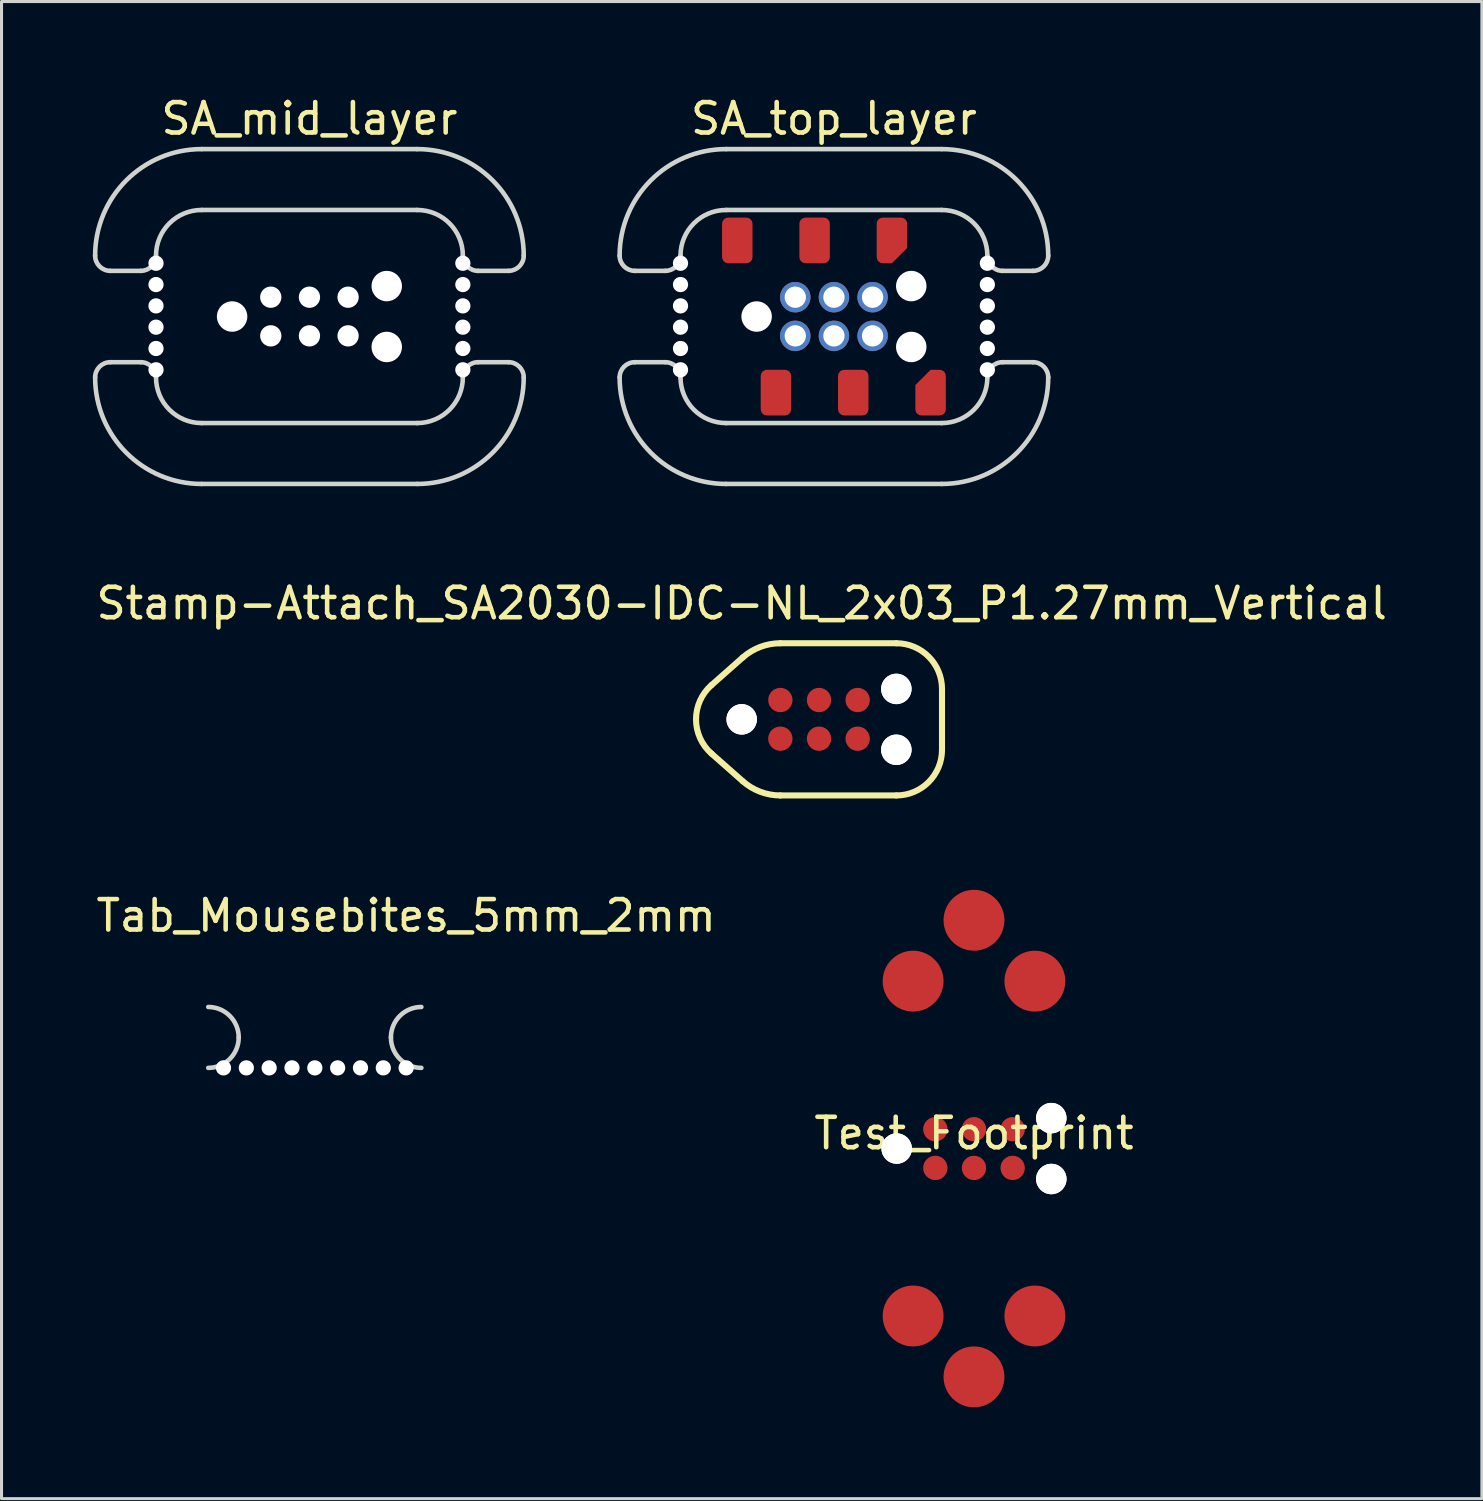
<source format=kicad_pcb>
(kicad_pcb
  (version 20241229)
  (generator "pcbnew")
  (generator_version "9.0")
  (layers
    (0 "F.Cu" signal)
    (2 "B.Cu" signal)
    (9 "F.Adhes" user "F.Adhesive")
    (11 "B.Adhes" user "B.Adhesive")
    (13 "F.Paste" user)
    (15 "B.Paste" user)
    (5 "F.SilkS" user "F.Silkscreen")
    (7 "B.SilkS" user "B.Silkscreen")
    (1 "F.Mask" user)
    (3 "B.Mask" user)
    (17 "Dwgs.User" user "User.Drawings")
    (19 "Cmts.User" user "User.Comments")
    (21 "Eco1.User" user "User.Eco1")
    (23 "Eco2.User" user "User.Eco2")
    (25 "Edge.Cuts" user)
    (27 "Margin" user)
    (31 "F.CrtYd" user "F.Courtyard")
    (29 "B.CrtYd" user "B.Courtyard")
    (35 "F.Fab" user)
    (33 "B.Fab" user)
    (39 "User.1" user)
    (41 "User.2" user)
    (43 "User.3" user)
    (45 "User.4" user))
  (footprint "SA_top_layer"
    (layer "F.Cu")
    (at 24.345 7.348)
    (property "Reference" "SA_top_layer" (at 0 -6.5 0) (unlocked yes) (layer "F.SilkS") (effects (font (size 1 1) (thickness 0.15))))
    (attr smd)
    (fp_line (start -6.54 -1.5) (end -5.54 -1.5) (stroke (width 0.15) (type solid)) (layer "Edge.Cuts"))
    (fp_line (start -5.54 1.5) (end -6.54 1.5) (stroke (width 0.15) (type solid)) (layer "Edge.Cuts"))
    (fp_line (start 3.54 -5.5) (end -3.54 -5.5) (stroke (width 0.15) (type solid)) (layer "Edge.Cuts"))
    (fp_line (start 3.54 -3.5) (end -3.54 -3.5) (stroke (width 0.15) (type solid)) (layer "Edge.Cuts"))
    (fp_line (start 3.54 3.5) (end -3.54 3.5) (stroke (width 0.15) (type solid)) (layer "Edge.Cuts"))
    (fp_line (start 3.54 5.5) (end -3.54 5.5) (stroke (width 0.15) (type solid)) (layer "Edge.Cuts"))
    (fp_line (start 5.54 -1.5) (end 6.54 -1.5) (stroke (width 0.15) (type solid)) (layer "Edge.Cuts"))
    (fp_line (start 6.54 1.5) (end 5.54 1.5) (stroke (width 0.15) (type solid)) (layer "Edge.Cuts"))
    (fp_arc (start -7.04 -2) (mid -6.014874 -4.474874) (end -3.54 -5.5) (stroke (width 0.15) (type solid)) (layer "Edge.Cuts"))
    (fp_arc (start -7.04 2) (mid -6.893553 1.646447) (end -6.54 1.5) (stroke (width 0.15) (type solid)) (layer "Edge.Cuts"))
    (fp_arc (start -6.54 -1.5) (mid -6.893553 -1.646447) (end -7.04 -2) (stroke (width 0.15) (type solid)) (layer "Edge.Cuts"))
    (fp_arc (start -5.54 1.5) (mid -5.186447 1.646447) (end -5.04 2) (stroke (width 0.15) (type solid)) (layer "Edge.Cuts"))
    (fp_arc (start -5.04 -2) (mid -5.186447 -1.646447) (end -5.54 -1.5) (stroke (width 0.15) (type solid)) (layer "Edge.Cuts"))
    (fp_arc (start -5.04 -2) (mid -4.60066 -3.06066) (end -3.54 -3.5) (stroke (width 0.15) (type solid)) (layer "Edge.Cuts"))
    (fp_arc (start -3.54 3.5) (mid -4.60066 3.06066) (end -5.04 2) (stroke (width 0.15) (type solid)) (layer "Edge.Cuts"))
    (fp_arc (start -3.54 5.5) (mid -6.014874 4.474874) (end -7.04 2) (stroke (width 0.15) (type solid)) (layer "Edge.Cuts"))
    (fp_arc (start 3.54 -5.5) (mid 6.014874 -4.474874) (end 7.04 -2) (stroke (width 0.15) (type solid)) (layer "Edge.Cuts"))
    (fp_arc (start 3.54 -3.5) (mid 4.60066 -3.06066) (end 5.04 -2) (stroke (width 0.15) (type solid)) (layer "Edge.Cuts"))
    (fp_arc (start 5.04 2) (mid 4.60066 3.06066) (end 3.54 3.5) (stroke (width 0.15) (type solid)) (layer "Edge.Cuts"))
    (fp_arc (start 5.04 2) (mid 5.186447 1.646447) (end 5.54 1.5) (stroke (width 0.15) (type solid)) (layer "Edge.Cuts"))
    (fp_arc (start 5.54 -1.5) (mid 5.186447 -1.646447) (end 5.04 -2) (stroke (width 0.15) (type solid)) (layer "Edge.Cuts"))
    (fp_arc (start 6.54 1.5) (mid 6.893553 1.646447) (end 7.04 2) (stroke (width 0.15) (type solid)) (layer "Edge.Cuts"))
    (fp_arc (start 7.04 -2) (mid 6.893553 -1.646447) (end 6.54 -1.5) (stroke (width 0.15) (type solid)) (layer "Edge.Cuts"))
    (fp_arc (start 7.04 2) (mid 6.014874 4.474874) (end 3.54 5.5) (stroke (width 0.15) (type solid)) (layer "Edge.Cuts"))
    (pad "" np_thru_hole circle (at -5.04 -1.75 180) (size 0.5 0.5) (drill 0.5) (layers "*.Cu" "*.Mask"))
    (pad "" np_thru_hole circle (at -5.04 -1.05 180) (size 0.5 0.5) (drill 0.5) (layers "*.Cu" "*.Mask"))
    (pad "" np_thru_hole circle (at -5.04 -0.35 180) (size 0.5 0.5) (drill 0.5) (layers "*.Cu" "*.Mask"))
    (pad "" np_thru_hole circle (at -5.04 0.35 180) (size 0.5 0.5) (drill 0.5) (layers "*.Cu" "*.Mask"))
    (pad "" np_thru_hole circle (at -5.04 1.05 180) (size 0.5 0.5) (drill 0.5) (layers "*.Cu" "*.Mask"))
    (pad "" np_thru_hole circle (at -5.04 1.75 180) (size 0.5 0.5) (drill 0.5) (layers "*.Cu" "*.Mask"))
    (pad "" np_thru_hole circle (at -2.54 0) (size 1 1) (drill 1) (layers "*.Cu" "*.Mask"))
    (pad "" np_thru_hole circle (at 2.54 -1) (size 1 1) (drill 1) (layers "*.Cu" "*.Mask"))
    (pad "" np_thru_hole circle (at 2.54 1) (size 1 1) (drill 1) (layers "*.Cu" "*.Mask"))
    (pad "" np_thru_hole circle (at 5.04 -1.75) (size 0.5 0.5) (drill 0.5) (layers "*.Cu" "*.Mask"))
    (pad "" np_thru_hole circle (at 5.04 -1.05) (size 0.5 0.5) (drill 0.5) (layers "*.Cu" "*.Mask"))
    (pad "" np_thru_hole circle (at 5.04 -0.35) (size 0.5 0.5) (drill 0.5) (layers "*.Cu" "*.Mask"))
    (pad "" np_thru_hole circle (at 5.04 0.35) (size 0.5 0.5) (drill 0.5) (layers "*.Cu" "*.Mask"))
    (pad "" np_thru_hole circle (at 5.04 1.05) (size 0.5 0.5) (drill 0.5) (layers "*.Cu" "*.Mask"))
    (pad "" np_thru_hole circle (at 5.04 1.75) (size 0.5 0.5) (drill 0.5) (layers "*.Cu" "*.Mask"))
    (pad "1" smd roundrect (at -1.905 2.5 90) (size 1.5 1) (layers "F.Cu" "F.Mask" "F.Paste") (roundrect_rratio 0.2))
    (pad "1" thru_hole circle (at -1.27 0.635) (size 1 1) (drill 0.7) (layers "*.Cu" "*.Mask"))
    (pad "2" smd roundrect (at -3.175 -2.5 90) (size 1.5 1) (layers "F.Cu" "F.Mask" "F.Paste") (roundrect_rratio 0.2))
    (pad "2" thru_hole circle (at -1.27 -0.635) (size 1 1) (drill 0.7) (layers "*.Cu" "*.Mask"))
    (pad "3" thru_hole circle (at 0 0.635) (size 1 1) (drill 0.7) (layers "*.Cu" "*.Mask"))
    (pad "3" smd roundrect (at 0.635 2.5 90) (size 1.5 1) (layers "F.Cu" "F.Mask" "F.Paste") (roundrect_rratio 0.2))
    (pad "4" smd roundrect (at -0.635 -2.5 90) (size 1.5 1) (layers "F.Cu" "F.Mask" "F.Paste") (roundrect_rratio 0.2))
    (pad "4" thru_hole circle (at 0 -0.635) (size 1 1) (drill 0.7) (layers "*.Cu" "*.Mask"))
    (pad "5" thru_hole circle (at 1.27 0.635) (size 1 1) (drill 0.7) (layers "*.Cu" "*.Mask"))
    (pad "5" smd roundrect (at 3.175 2.5 90) (size 1.5 1) (layers "F.Cu" "F.Mask" "F.Paste") (roundrect_rratio 0.2) (chamfer_ratio 0.5) (chamfer top_right))
    (pad "6" thru_hole circle (at 1.27 -0.635) (size 1 1) (drill 0.7) (layers "*.Cu" "*.Mask"))
    (pad "6" smd roundrect (at 1.905 -2.5 90) (size 1.5 1) (layers "F.Cu" "F.Mask" "F.Paste") (roundrect_rratio 0.2) (chamfer_ratio 0.5) (chamfer bottom_left)))
  (footprint "Tab_Mousebites_5mm_2mm"
    (layer "F.Cu")
    (at 7.292 31.03)
    (property "Reference" "Tab_Mousebites_5mm_2mm" (at 3 -4 0) (unlocked yes) (layer "F.SilkS") (effects (font (size 1 1) (thickness 0.15))))
    (attr smd)
    (fp_arc (start -3.5 -1) (mid -2.792893 -0.707107) (end -2.5 0) (stroke (width 0.15) (type solid)) (layer "Edge.Cuts"))
    (fp_arc (start -2.5 0) (mid -2.792893 0.707107) (end -3.5 1) (stroke (width 0.15) (type solid)) (layer "Edge.Cuts"))
    (fp_arc (start 2.5 0) (mid 2.792893 -0.707107) (end 3.5 -1) (stroke (width 0.15) (type solid)) (layer "Edge.Cuts"))
    (fp_arc (start 3.5 1) (mid 2.792893 0.707107) (end 2.5 0) (stroke (width 0.15) (type solid)) (layer "Edge.Cuts"))
    (pad "" np_thru_hole circle (at -3 1) (size 0.5 0.5) (drill 0.5) (layers "*.Cu" "*.Mask"))
    (pad "" np_thru_hole circle (at -2.25 1) (size 0.5 0.5) (drill 0.5) (layers "*.Cu" "*.Mask"))
    (pad "" np_thru_hole circle (at -1.5 1) (size 0.5 0.5) (drill 0.5) (layers "*.Cu" "*.Mask"))
    (pad "" np_thru_hole circle (at -0.75 1) (size 0.5 0.5) (drill 0.5) (layers "*.Cu" "*.Mask"))
    (pad "" np_thru_hole circle (at 0 1) (size 0.5 0.5) (drill 0.5) (layers "*.Cu" "*.Mask"))
    (pad "" np_thru_hole circle (at 0.75 1) (size 0.5 0.5) (drill 0.5) (layers "*.Cu" "*.Mask"))
    (pad "" np_thru_hole circle (at 1.5 1) (size 0.5 0.5) (drill 0.5) (layers "*.Cu" "*.Mask"))
    (pad "" np_thru_hole circle (at 2.25 1) (size 0.5 0.5) (drill 0.5) (layers "*.Cu" "*.Mask"))
    (pad "" np_thru_hole circle (at 3 1) (size 0.5 0.5) (drill 0.5) (layers "*.Cu" "*.Mask")))
  (footprint "Test_Footprint"
    (layer "F.Cu")
    (at 28.946 34.681)
    (property "Reference" "Test_Footprint" (at 0 -0.5 0) (unlocked yes) (layer "F.SilkS") (effects (font (size 1 1) (thickness 0.15))))
    (attr smd)
    (pad "" np_thru_hole circle (at -2.54 0) (size 1 1) (drill 1) (layers "*.Cu" "*.Mask"))
    (pad "" np_thru_hole circle (at -2.54 0) (size 1 1) (drill 1) (layers "*.Cu" "*.Mask"))
    (pad "" np_thru_hole circle (at 2.54 -1) (size 1 1) (drill 1) (layers "*.Cu" "*.Mask"))
    (pad "" np_thru_hole circle (at 2.54 -1) (size 1 1) (drill 1) (layers "*.Cu" "*.Mask"))
    (pad "" np_thru_hole circle (at 2.54 1) (size 1 1) (drill 1) (layers "*.Cu" "*.Mask"))
    (pad "" np_thru_hole circle (at 2.54 1) (size 1 1) (drill 1) (layers "*.Cu" "*.Mask"))
    (pad "1" smd circle (at -2 5.5) (size 2 2) (layers "F.Cu" "F.Mask"))
    (pad "1" smd circle (at -1.27 0.635) (size 0.8 0.8) (layers "F.Cu" "F.Mask"))
    (pad "2" smd circle (at -2 -5.5 180) (size 2 2) (layers "F.Cu" "F.Mask"))
    (pad "2" smd circle (at -1.27 -0.635) (size 0.8 0.8) (layers "F.Cu" "F.Mask"))
    (pad "3" smd circle (at 0 0.635) (size 0.8 0.8) (layers "F.Cu" "F.Mask"))
    (pad "3" smd circle (at 0 7.5) (size 2 2) (layers "F.Cu" "F.Mask"))
    (pad "4" smd circle (at 0 -7.5 180) (size 2 2) (layers "F.Cu" "F.Mask"))
    (pad "4" smd circle (at 0 -0.635) (size 0.8 0.8) (layers "F.Cu" "F.Mask"))
    (pad "5" smd circle (at 1.27 0.635) (size 0.8 0.8) (layers "F.Cu" "F.Mask"))
    (pad "5" smd circle (at 2 5.5) (size 2 2) (layers "F.Cu" "F.Mask"))
    (pad "6" smd circle (at 1.27 -0.635) (size 0.8 0.8) (layers "F.Cu" "F.Mask"))
    (pad "6" smd circle (at 2 -5.5 180) (size 2 2) (layers "F.Cu" "F.Mask")))
  (footprint "Stamp-Attach_SA2030-IDC-NL_2x03_P1.27mm_Vertical"
    (layer "F.Cu")
    (at 23.855 20.581)
    (property "Reference" "Stamp-Attach_SA2030-IDC-NL_2x03_P1.27mm_Vertical" (at -2.54 -3.81 0) (unlocked yes) (layer "F.SilkS") (effects (font (size 1 1) (thickness 0.15))))
    (attr smd)
    (fp_line (start -3.533 1.124) (end -2.505 2.033) (stroke (width 0.2) (type solid)) (layer "F.SilkS"))
    (fp_line (start -2.505 -2.033) (end -3.533 -1.124) (stroke (width 0.2) (type solid)) (layer "F.SilkS"))
    (fp_line (start -1.27 2.5) (end 2.54 2.5) (stroke (width 0.2) (type solid)) (layer "F.SilkS"))
    (fp_line (start 2.54 -2.5) (end -1.27 -2.5) (stroke (width 0.2) (type solid)) (layer "F.SilkS"))
    (fp_line (start 4.04 1) (end 4.04 -1) (stroke (width 0.2) (type solid)) (layer "F.SilkS"))
    (fp_arc (start -3.53316 1.124115) (mid -4.040127 0) (end -3.53316 -1.124115) (stroke (width 0.2) (type solid)) (layer "F.SilkS"))
    (fp_arc (start -2.504829 -2.032649) (mid -1.930197 -2.379363) (end -1.27 -2.5) (stroke (width 0.2) (type solid)) (layer "F.SilkS"))
    (fp_arc (start -1.27 2.5) (mid -1.930197 2.379363) (end -2.504829 2.032649) (stroke (width 0.2) (type solid)) (layer "F.SilkS"))
    (fp_arc (start 2.54 -2.5) (mid 3.60066 -2.06066) (end 4.04 -1) (stroke (width 0.2) (type solid)) (layer "F.SilkS"))
    (fp_arc (start 4.04 1) (mid 3.60066 2.06066) (end 2.54 2.5) (stroke (width 0.2) (type solid)) (layer "F.SilkS"))
    (pad "" np_thru_hole circle (at -2.54 0) (size 1 1) (drill 1) (layers "*.Cu" "*.Mask"))
    (pad "" np_thru_hole circle (at -2.54 0) (size 1 1) (drill 1) (layers "*.Cu" "*.Mask"))
    (pad "" np_thru_hole circle (at 2.54 -1) (size 1 1) (drill 1) (layers "*.Cu" "*.Mask"))
    (pad "" np_thru_hole circle (at 2.54 -1) (size 1 1) (drill 1) (layers "*.Cu" "*.Mask"))
    (pad "" np_thru_hole circle (at 2.54 1) (size 1 1) (drill 1) (layers "*.Cu" "*.Mask"))
    (pad "" np_thru_hole circle (at 2.54 1) (size 1 1) (drill 1) (layers "*.Cu" "*.Mask"))
    (pad "1" smd circle (at -1.27 0.635) (size 0.8 0.8) (layers "F.Cu" "F.Mask"))
    (pad "2" smd circle (at -1.27 -0.635) (size 0.8 0.8) (layers "F.Cu" "F.Mask"))
    (pad "3" smd circle (at 0 0.635) (size 0.8 0.8) (layers "F.Cu" "F.Mask"))
    (pad "4" smd circle (at 0 -0.635) (size 0.8 0.8) (layers "F.Cu" "F.Mask"))
    (pad "5" smd circle (at 1.27 0.635) (size 0.8 0.8) (layers "F.Cu" "F.Mask"))
    (pad "6" smd circle (at 1.27 -0.635) (size 0.8 0.8) (layers "F.Cu" "F.Mask")))
  (footprint "SA_mid_layer"
    (layer "F.Cu")
    (at 7.115 7.348)
    (property "Reference" "SA_mid_layer" (at 0 -6.5 0) (unlocked yes) (layer "F.SilkS") (effects (font (size 1 1) (thickness 0.15))))
    (attr smd)
    (fp_line (start -6.54 -1.5) (end -5.54 -1.5) (stroke (width 0.15) (type solid)) (layer "Edge.Cuts"))
    (fp_line (start -5.54 1.5) (end -6.54 1.5) (stroke (width 0.15) (type solid)) (layer "Edge.Cuts"))
    (fp_line (start 3.54 -5.5) (end -3.54 -5.5) (stroke (width 0.15) (type solid)) (layer "Edge.Cuts"))
    (fp_line (start 3.54 -3.5) (end -3.54 -3.5) (stroke (width 0.15) (type solid)) (layer "Edge.Cuts"))
    (fp_line (start 3.54 3.5) (end -3.54 3.5) (stroke (width 0.15) (type solid)) (layer "Edge.Cuts"))
    (fp_line (start 3.54 5.5) (end -3.54 5.5) (stroke (width 0.15) (type solid)) (layer "Edge.Cuts"))
    (fp_line (start 5.54 -1.5) (end 6.54 -1.5) (stroke (width 0.15) (type solid)) (layer "Edge.Cuts"))
    (fp_line (start 6.54 1.5) (end 5.54 1.5) (stroke (width 0.15) (type solid)) (layer "Edge.Cuts"))
    (fp_arc (start -7.04 -2) (mid -6.014874 -4.474874) (end -3.54 -5.5) (stroke (width 0.15) (type solid)) (layer "Edge.Cuts"))
    (fp_arc (start -7.04 2) (mid -6.893553 1.646447) (end -6.54 1.5) (stroke (width 0.15) (type solid)) (layer "Edge.Cuts"))
    (fp_arc (start -6.54 -1.5) (mid -6.893553 -1.646447) (end -7.04 -2) (stroke (width 0.15) (type solid)) (layer "Edge.Cuts"))
    (fp_arc (start -5.54 1.5) (mid -5.186447 1.646447) (end -5.04 2) (stroke (width 0.15) (type solid)) (layer "Edge.Cuts"))
    (fp_arc (start -5.04 -2) (mid -5.186447 -1.646447) (end -5.54 -1.5) (stroke (width 0.15) (type solid)) (layer "Edge.Cuts"))
    (fp_arc (start -5.04 -2) (mid -4.60066 -3.06066) (end -3.54 -3.5) (stroke (width 0.15) (type solid)) (layer "Edge.Cuts"))
    (fp_arc (start -3.54 3.5) (mid -4.60066 3.06066) (end -5.04 2) (stroke (width 0.15) (type solid)) (layer "Edge.Cuts"))
    (fp_arc (start -3.54 5.5) (mid -6.014874 4.474874) (end -7.04 2) (stroke (width 0.15) (type solid)) (layer "Edge.Cuts"))
    (fp_arc (start 3.54 -5.5) (mid 6.014874 -4.474874) (end 7.04 -2) (stroke (width 0.15) (type solid)) (layer "Edge.Cuts"))
    (fp_arc (start 3.54 -3.5) (mid 4.60066 -3.06066) (end 5.04 -2) (stroke (width 0.15) (type solid)) (layer "Edge.Cuts"))
    (fp_arc (start 5.04 2) (mid 4.60066 3.06066) (end 3.54 3.5) (stroke (width 0.15) (type solid)) (layer "Edge.Cuts"))
    (fp_arc (start 5.04 2) (mid 5.186447 1.646447) (end 5.54 1.5) (stroke (width 0.15) (type solid)) (layer "Edge.Cuts"))
    (fp_arc (start 5.54 -1.5) (mid 5.186447 -1.646447) (end 5.04 -2) (stroke (width 0.15) (type solid)) (layer "Edge.Cuts"))
    (fp_arc (start 6.54 1.5) (mid 6.893553 1.646447) (end 7.04 2) (stroke (width 0.15) (type solid)) (layer "Edge.Cuts"))
    (fp_arc (start 7.04 -2) (mid 6.893553 -1.646447) (end 6.54 -1.5) (stroke (width 0.15) (type solid)) (layer "Edge.Cuts"))
    (fp_arc (start 7.04 2) (mid 6.014874 4.474874) (end 3.54 5.5) (stroke (width 0.15) (type solid)) (layer "Edge.Cuts"))
    (pad "" np_thru_hole circle (at -5.04 -1.75 180) (size 0.5 0.5) (drill 0.5) (layers "*.Cu" "*.Mask"))
    (pad "" np_thru_hole circle (at -5.04 -1.05 180) (size 0.5 0.5) (drill 0.5) (layers "*.Cu" "*.Mask"))
    (pad "" np_thru_hole circle (at -5.04 -0.35 180) (size 0.5 0.5) (drill 0.5) (layers "*.Cu" "*.Mask"))
    (pad "" np_thru_hole circle (at -5.04 0.35 180) (size 0.5 0.5) (drill 0.5) (layers "*.Cu" "*.Mask"))
    (pad "" np_thru_hole circle (at -5.04 1.05 180) (size 0.5 0.5) (drill 0.5) (layers "*.Cu" "*.Mask"))
    (pad "" np_thru_hole circle (at -5.04 1.75 180) (size 0.5 0.5) (drill 0.5) (layers "*.Cu" "*.Mask"))
    (pad "" np_thru_hole circle (at -2.54 0) (size 1 1) (drill 1) (layers "*.Cu" "*.Mask"))
    (pad "" np_thru_hole circle (at -1.27 -0.635) (size 0.7 0.7) (drill 0.7) (layers "*.Cu" "*.Mask"))
    (pad "" np_thru_hole circle (at -1.27 0.635) (size 0.7 0.7) (drill 0.7) (layers "*.Cu" "*.Mask"))
    (pad "" np_thru_hole circle (at 0 -0.635) (size 0.7 0.7) (drill 0.7) (layers "*.Cu" "*.Mask"))
    (pad "" np_thru_hole circle (at 0 0.635) (size 0.7 0.7) (drill 0.7) (layers "*.Cu" "*.Mask"))
    (pad "" np_thru_hole circle (at 1.27 -0.635) (size 0.7 0.7) (drill 0.7) (layers "*.Cu" "*.Mask"))
    (pad "" np_thru_hole circle (at 1.27 0.635) (size 0.7 0.7) (drill 0.7) (layers "*.Cu" "*.Mask"))
    (pad "" np_thru_hole circle (at 2.54 -1) (size 1 1) (drill 1) (layers "*.Cu" "*.Mask"))
    (pad "" np_thru_hole circle (at 2.54 1) (size 1 1) (drill 1) (layers "*.Cu" "*.Mask"))
    (pad "" np_thru_hole circle (at 5.04 -1.75) (size 0.5 0.5) (drill 0.5) (layers "*.Cu" "*.Mask"))
    (pad "" np_thru_hole circle (at 5.04 -1.05) (size 0.5 0.5) (drill 0.5) (layers "*.Cu" "*.Mask"))
    (pad "" np_thru_hole circle (at 5.04 -0.35) (size 0.5 0.5) (drill 0.5) (layers "*.Cu" "*.Mask"))
    (pad "" np_thru_hole circle (at 5.04 0.35) (size 0.5 0.5) (drill 0.5) (layers "*.Cu" "*.Mask"))
    (pad "" np_thru_hole circle (at 5.04 1.05) (size 0.5 0.5) (drill 0.5) (layers "*.Cu" "*.Mask"))
    (pad "" np_thru_hole circle (at 5.04 1.75) (size 0.5 0.5) (drill 0.5) (layers "*.Cu" "*.Mask")))
  (gr_rect
    (start -3 -3)
    (end 45.631 46.181)
    (stroke (width 0.1) (type default))
    (fill no)
    (layer "Edge.Cuts")))
</source>
